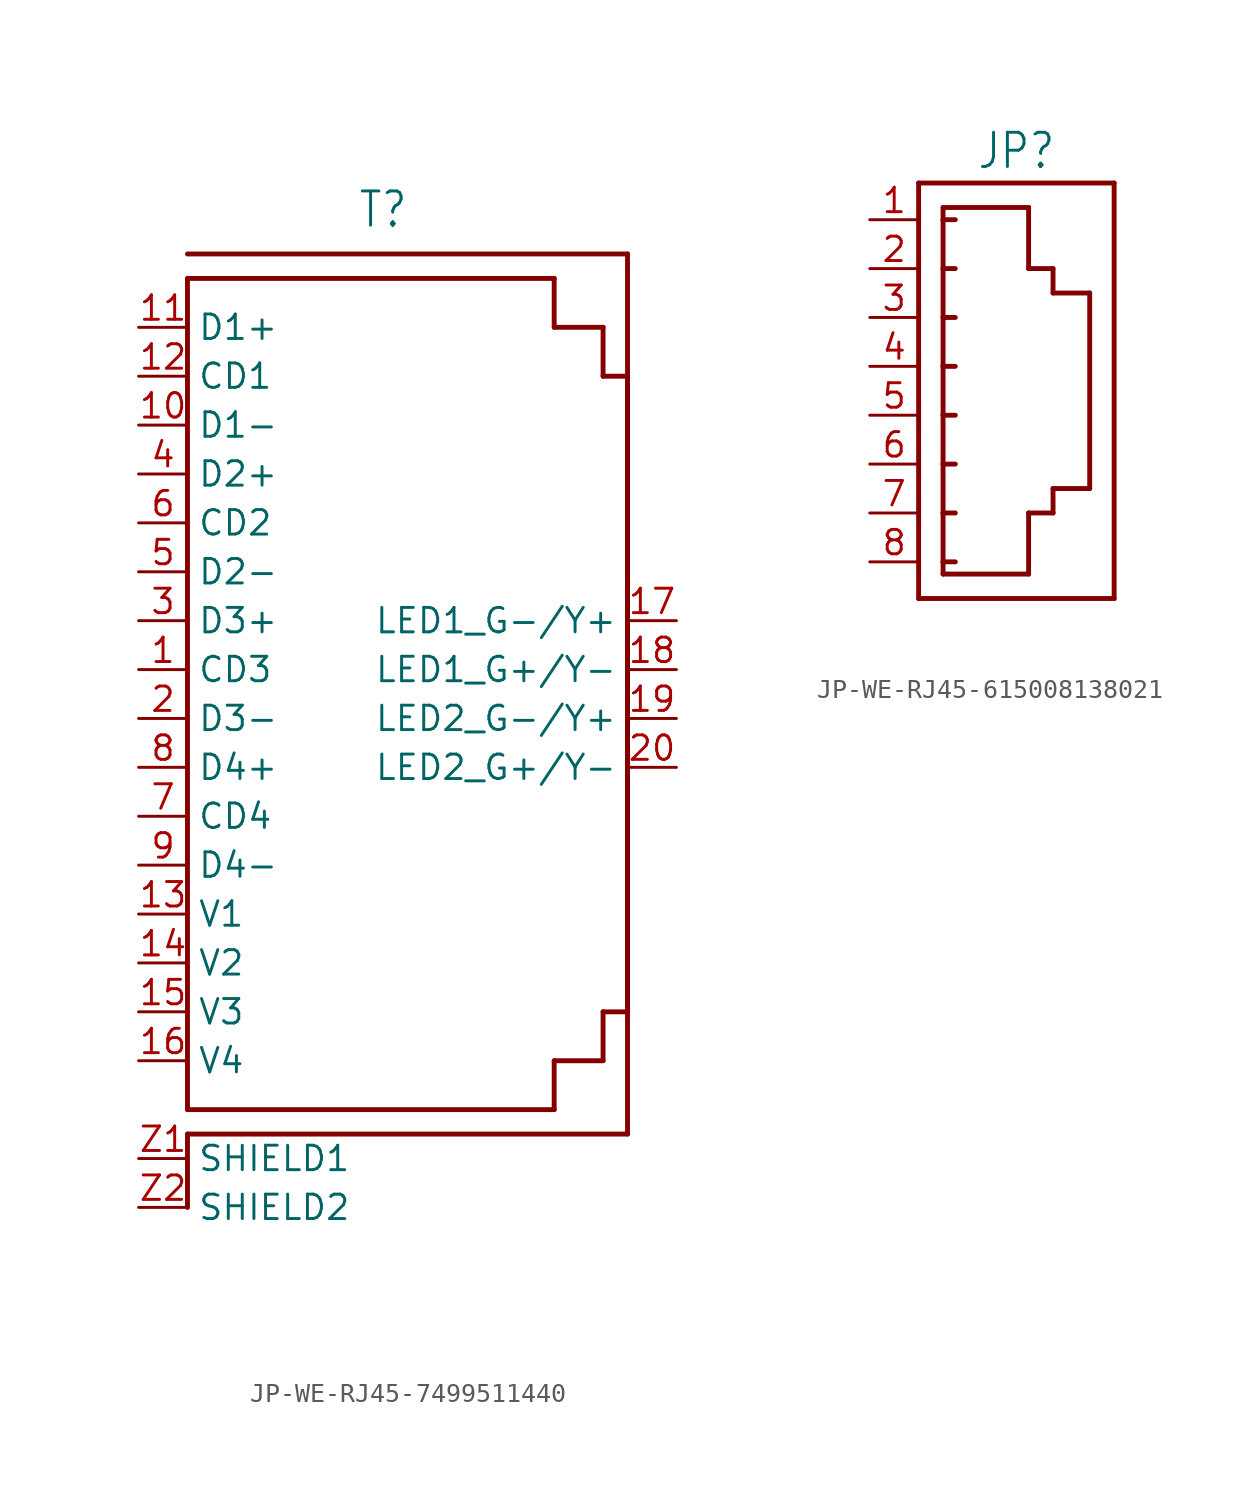
<source format=kicad_sym>
(kicad_symbol_lib
  (version 20231120)
  (generator "kicad_symbol_editor")
  (generator_version "8.0")
  (symbol "JP-WE-RJ45-7499511440"
    (property "Reference" "T"
      (at 0 25.4 0)
      (effects (font (size 1.778 1.511)) (justify bottom)))
    (property "Value" ""
      (at 0 -27.94 0)
      (effects (font (size 1.778 1.511)) (justify top)))
    (property "ki_locked" ""
      (at 0 0 0)
      (effects (font (size 1.27 1.27))))
    (symbol "JP-WE-RJ45-7499511440_1_0"
      (polyline (pts (xy -10.16 -21.59) (xy -10.16 -25.4)) (stroke (width 0.254) (type solid)) (fill (type none)))
      (polyline (pts (xy -10.16 -20.32) (xy -10.16 22.86)) (stroke (width 0.254) (type solid)) (fill (type none)))
      (polyline (pts (xy -10.16 22.86) (xy 8.89 22.86)) (stroke (width 0.254) (type solid)) (fill (type none)))
      (polyline (pts (xy -10.16 24.13) (xy 12.7 24.13)) (stroke (width 0.254) (type solid)) (fill (type none)))
      (polyline (pts (xy 8.89 -20.32) (xy -10.16 -20.32)) (stroke (width 0.254) (type solid)) (fill (type none)))
      (polyline (pts (xy 8.89 -20.32) (xy 8.89 -17.78)) (stroke (width 0.254) (type solid)) (fill (type none)))
      (polyline (pts (xy 8.89 -17.78) (xy 11.43 -17.78)) (stroke (width 0.254) (type solid)) (fill (type none)))
      (polyline (pts (xy 8.89 20.32) (xy 11.43 20.32)) (stroke (width 0.254) (type solid)) (fill (type none)))
      (polyline (pts (xy 8.89 22.86) (xy 8.89 20.32)) (stroke (width 0.254) (type solid)) (fill (type none)))
      (polyline (pts (xy 11.43 -17.78) (xy 11.43 -15.24)) (stroke (width 0.254) (type solid)) (fill (type none)))
      (polyline (pts (xy 11.43 -15.24) (xy 12.7 -15.24)) (stroke (width 0.254) (type solid)) (fill (type none)))
      (polyline (pts (xy 11.43 17.78) (xy 12.7 17.78)) (stroke (width 0.254) (type solid)) (fill (type none)))
      (polyline (pts (xy 11.43 20.32) (xy 11.43 17.78)) (stroke (width 0.254) (type solid)) (fill (type none)))
      (polyline (pts (xy 12.7 -21.59) (xy -10.16 -21.59)) (stroke (width 0.254) (type solid)) (fill (type none)))
      (polyline (pts (xy 12.7 17.78) (xy 12.7 -15.24)) (stroke (width 0.254) (type solid)) (fill (type none)))
      (polyline (pts (xy 12.7 24.13) (xy 12.7 -21.59)) (stroke (width 0.254) (type solid)) (fill (type none)))
      (pin passive line (at -12.7 2.54 0) (length 2.54) (name "CD3" (effects (font (size 1.27 1.27)))) (number "1" (effects (font (size 1.27 1.27)))))
      (pin passive line (at -12.7 15.24 0) (length 2.54) (name "D1-" (effects (font (size 1.27 1.27)))) (number "10" (effects (font (size 1.27 1.27)))))
      (pin passive line (at -12.7 20.32 0) (length 2.54) (name "D1+" (effects (font (size 1.27 1.27)))) (number "11" (effects (font (size 1.27 1.27)))))
      (pin passive line (at -12.7 17.78 0) (length 2.54) (name "CD1" (effects (font (size 1.27 1.27)))) (number "12" (effects (font (size 1.27 1.27)))))
      (pin passive line (at -12.7 -10.16 0) (length 2.54) (name "V1" (effects (font (size 1.27 1.27)))) (number "13" (effects (font (size 1.27 1.27)))))
      (pin passive line (at -12.7 -12.7 0) (length 2.54) (name "V2" (effects (font (size 1.27 1.27)))) (number "14" (effects (font (size 1.27 1.27)))))
      (pin passive line (at -12.7 -15.24 0) (length 2.54) (name "V3" (effects (font (size 1.27 1.27)))) (number "15" (effects (font (size 1.27 1.27)))))
      (pin passive line (at -12.7 -17.78 0) (length 2.54) (name "V4" (effects (font (size 1.27 1.27)))) (number "16" (effects (font (size 1.27 1.27)))))
      (pin passive line (at 15.24 5.08 180) (length 2.54) (name "LED1_G-/Y+" (effects (font (size 1.27 1.27)))) (number "17" (effects (font (size 1.27 1.27)))))
      (pin passive line (at 15.24 2.54 180) (length 2.54) (name "LED1_G+/Y-" (effects (font (size 1.27 1.27)))) (number "18" (effects (font (size 1.27 1.27)))))
      (pin passive line (at 15.24 0 180) (length 2.54) (name "LED2_G-/Y+" (effects (font (size 1.27 1.27)))) (number "19" (effects (font (size 1.27 1.27)))))
      (pin passive line (at -12.7 0 0) (length 2.54) (name "D3-" (effects (font (size 1.27 1.27)))) (number "2" (effects (font (size 1.27 1.27)))))
      (pin passive line (at 15.24 -2.54 180) (length 2.54) (name "LED2_G+/Y-" (effects (font (size 1.27 1.27)))) (number "20" (effects (font (size 1.27 1.27)))))
      (pin passive line (at -12.7 5.08 0) (length 2.54) (name "D3+" (effects (font (size 1.27 1.27)))) (number "3" (effects (font (size 1.27 1.27)))))
      (pin passive line (at -12.7 12.7 0) (length 2.54) (name "D2+" (effects (font (size 1.27 1.27)))) (number "4" (effects (font (size 1.27 1.27)))))
      (pin passive line (at -12.7 7.62 0) (length 2.54) (name "D2-" (effects (font (size 1.27 1.27)))) (number "5" (effects (font (size 1.27 1.27)))))
      (pin passive line (at -12.7 10.16 0) (length 2.54) (name "CD2" (effects (font (size 1.27 1.27)))) (number "6" (effects (font (size 1.27 1.27)))))
      (pin passive line (at -12.7 -5.08 0) (length 2.54) (name "CD4" (effects (font (size 1.27 1.27)))) (number "7" (effects (font (size 1.27 1.27)))))
      (pin passive line (at -12.7 -2.54 0) (length 2.54) (name "D4+" (effects (font (size 1.27 1.27)))) (number "8" (effects (font (size 1.27 1.27)))))
      (pin passive line (at -12.7 -7.62 0) (length 2.54) (name "D4-" (effects (font (size 1.27 1.27)))) (number "9" (effects (font (size 1.27 1.27)))))
      (pin passive line (at -12.7 -22.86 0) (length 2.54) (name "SHIELD1" (effects (font (size 1.27 1.27)))) (number "Z1" (effects (font (size 1.27 1.27)))))
      (pin passive line (at -12.7 -25.4 0) (length 2.54) (name "SHIELD2" (effects (font (size 1.27 1.27)))) (number "Z2" (effects (font (size 1.27 1.27)))))))
  (symbol "JP-WE-RJ45-615008138021"
    (property "Reference" "JP"
      (at 0 10.16 0)
      (effects (font (size 1.778 1.511)) (justify bottom)))
    (property "Value" ""
      (at 0 -12.7 0)
      (effects (font (size 1.778 1.511)) (justify top)))
    (property "ki_locked" ""
      (at 0 0 0)
      (effects (font (size 1.27 1.27))))
    (symbol "JP-WE-RJ45-615008138021_1_0"
      (polyline (pts (xy -5.08 -12.065) (xy -5.08 9.525)) (stroke (width 0.254) (type solid)) (fill (type none)))
      (polyline (pts (xy -5.08 9.525) (xy 5.08 9.525)) (stroke (width 0.254) (type solid)) (fill (type none)))
      (polyline (pts (xy -3.81 -10.795) (xy -3.81 -10.16)) (stroke (width 0.254) (type solid)) (fill (type none)))
      (polyline (pts (xy -3.81 -10.16) (xy -3.81 -7.62)) (stroke (width 0.254) (type solid)) (fill (type none)))
      (polyline (pts (xy -3.81 -7.62) (xy -3.81 -5.08)) (stroke (width 0.254) (type solid)) (fill (type none)))
      (polyline (pts (xy -3.81 -5.08) (xy -3.81 -2.54)) (stroke (width 0.254) (type solid)) (fill (type none)))
      (polyline (pts (xy -3.81 -2.54) (xy -3.81 0)) (stroke (width 0.254) (type solid)) (fill (type none)))
      (polyline (pts (xy -3.81 -2.54) (xy -3.175 -2.54)) (stroke (width 0.254) (type solid)) (fill (type none)))
      (polyline (pts (xy -3.81 0) (xy -3.81 2.54)) (stroke (width 0.254) (type solid)) (fill (type none)))
      (polyline (pts (xy -3.81 0) (xy -3.175 0)) (stroke (width 0.254) (type solid)) (fill (type none)))
      (polyline (pts (xy -3.81 2.54) (xy -3.81 5.08)) (stroke (width 0.254) (type solid)) (fill (type none)))
      (polyline (pts (xy -3.81 2.54) (xy -3.175 2.54)) (stroke (width 0.254) (type solid)) (fill (type none)))
      (polyline (pts (xy -3.81 5.08) (xy -3.81 7.62)) (stroke (width 0.254) (type solid)) (fill (type none)))
      (polyline (pts (xy -3.81 5.08) (xy -3.175 5.08)) (stroke (width 0.254) (type solid)) (fill (type none)))
      (polyline (pts (xy -3.81 7.62) (xy -3.81 8.255)) (stroke (width 0.254) (type solid)) (fill (type none)))
      (polyline (pts (xy -3.81 7.62) (xy -3.175 7.62)) (stroke (width 0.254) (type solid)) (fill (type none)))
      (polyline (pts (xy -3.81 8.255) (xy 0.635 8.255)) (stroke (width 0.254) (type solid)) (fill (type none)))
      (polyline (pts (xy -3.175 -10.16) (xy -3.81 -10.16)) (stroke (width 0.254) (type solid)) (fill (type none)))
      (polyline (pts (xy -3.175 -7.62) (xy -3.81 -7.62)) (stroke (width 0.254) (type solid)) (fill (type none)))
      (polyline (pts (xy -3.175 -5.08) (xy -3.81 -5.08)) (stroke (width 0.254) (type solid)) (fill (type none)))
      (polyline (pts (xy 0.635 -10.795) (xy -3.81 -10.795)) (stroke (width 0.254) (type solid)) (fill (type none)))
      (polyline (pts (xy 0.635 -10.795) (xy 0.635 -7.62)) (stroke (width 0.254) (type solid)) (fill (type none)))
      (polyline (pts (xy 0.635 -7.62) (xy 1.905 -7.62)) (stroke (width 0.254) (type solid)) (fill (type none)))
      (polyline (pts (xy 0.635 5.08) (xy 1.905 5.08)) (stroke (width 0.254) (type solid)) (fill (type none)))
      (polyline (pts (xy 0.635 8.255) (xy 0.635 5.08)) (stroke (width 0.254) (type solid)) (fill (type none)))
      (polyline (pts (xy 1.905 -7.62) (xy 1.905 -6.35)) (stroke (width 0.254) (type solid)) (fill (type none)))
      (polyline (pts (xy 1.905 -6.35) (xy 3.81 -6.35)) (stroke (width 0.254) (type solid)) (fill (type none)))
      (polyline (pts (xy 1.905 3.81) (xy 3.81 3.81)) (stroke (width 0.254) (type solid)) (fill (type none)))
      (polyline (pts (xy 1.905 5.08) (xy 1.905 3.81)) (stroke (width 0.254) (type solid)) (fill (type none)))
      (polyline (pts (xy 3.81 3.81) (xy 3.81 -6.35)) (stroke (width 0.254) (type solid)) (fill (type none)))
      (polyline (pts (xy 5.08 -12.065) (xy -5.08 -12.065)) (stroke (width 0.254) (type solid)) (fill (type none)))
      (polyline (pts (xy 5.08 9.525) (xy 5.08 -12.065)) (stroke (width 0.254) (type solid)) (fill (type none)))
      (pin passive line (at -7.62 7.62 0) (length 2.54) (name "8" (effects (font (size 0 0)))) (number "1" (effects (font (size 1.27 1.27)))))
      (pin passive line (at -7.62 5.08 0) (length 2.54) (name "7" (effects (font (size 0 0)))) (number "2" (effects (font (size 1.27 1.27)))))
      (pin passive line (at -7.62 2.54 0) (length 2.54) (name "6" (effects (font (size 0 0)))) (number "3" (effects (font (size 1.27 1.27)))))
      (pin passive line (at -7.62 0 0) (length 2.54) (name "5" (effects (font (size 0 0)))) (number "4" (effects (font (size 1.27 1.27)))))
      (pin passive line (at -7.62 -2.54 0) (length 2.54) (name "4" (effects (font (size 0 0)))) (number "5" (effects (font (size 1.27 1.27)))))
      (pin passive line (at -7.62 -5.08 0) (length 2.54) (name "3" (effects (font (size 0 0)))) (number "6" (effects (font (size 1.27 1.27)))))
      (pin passive line (at -7.62 -7.62 0) (length 2.54) (name "2" (effects (font (size 0 0)))) (number "7" (effects (font (size 1.27 1.27)))))
      (pin passive line (at -7.62 -10.16 0) (length 2.54) (name "1" (effects (font (size 0 0)))) (number "8" (effects (font (size 1.27 1.27))))))))
</source>
